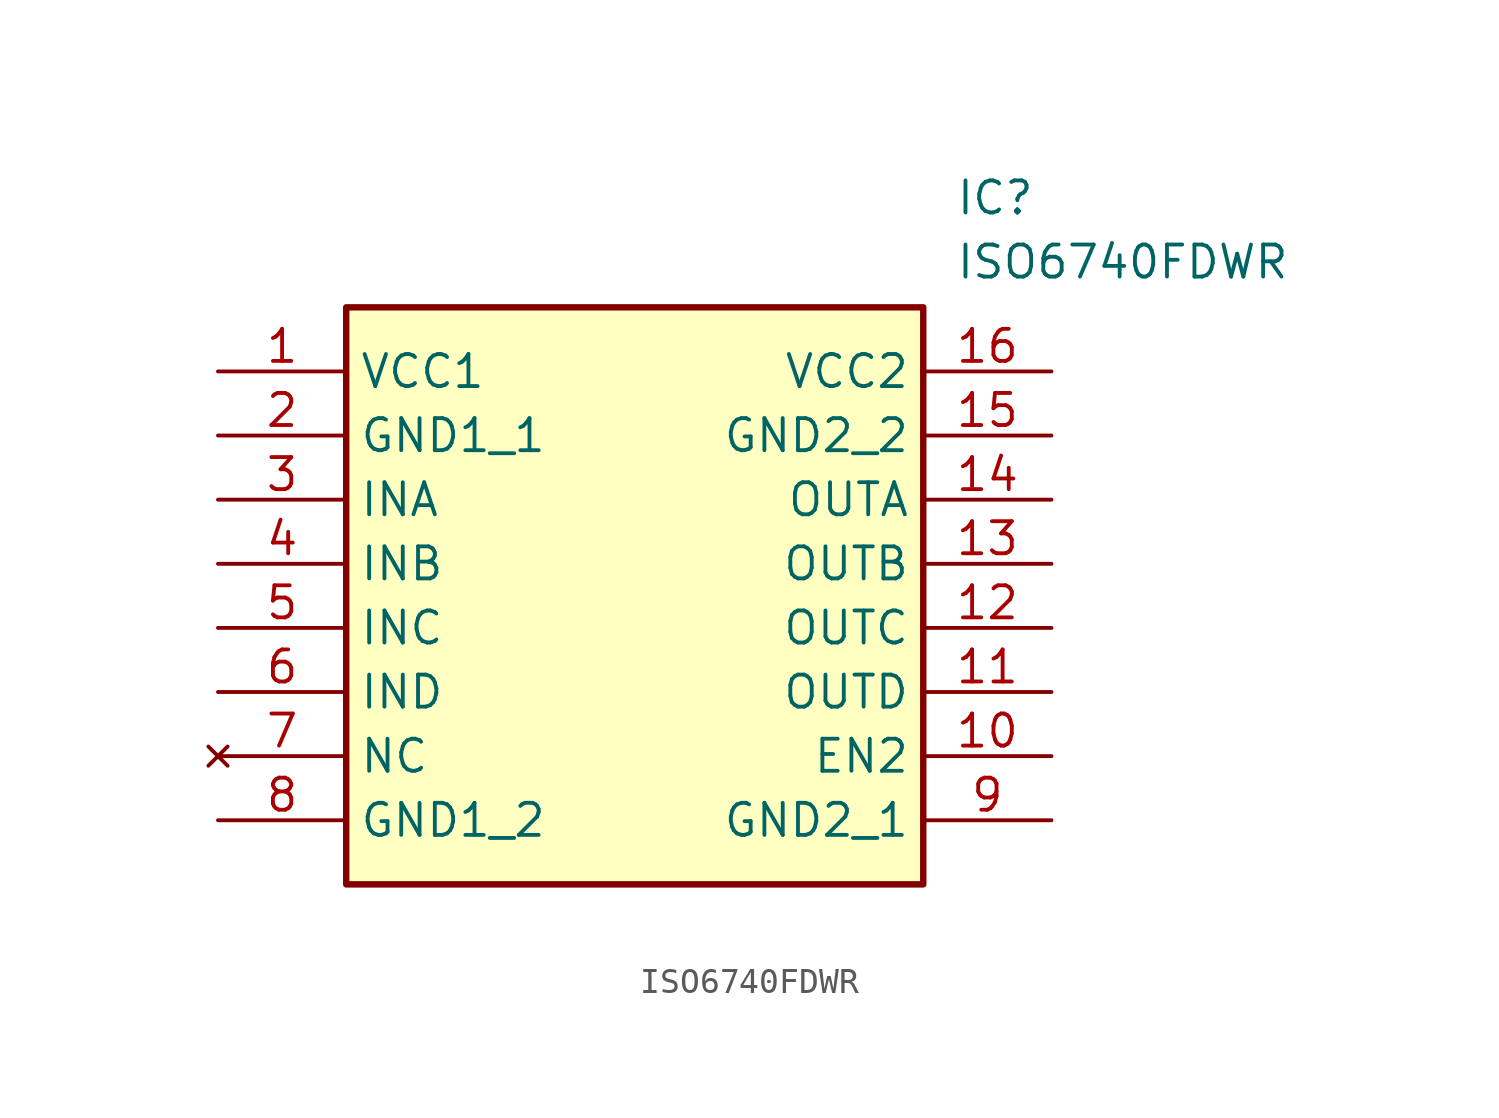
<source format=kicad_sym>
(kicad_symbol_lib
  (version 20211014)
  (generator SamacSys_ECAD_Model)
  (symbol "ISO6740FDWR"
    (property "Reference" "IC"
      (at 29.21 7.62 0)
      (effects (font (size 1.27 1.27)) (justify left top)))
    (property "Value" "ISO6740FDWR"
      (at 29.21 5.08 0)
      (effects (font (size 1.27 1.27)) (justify left top)))
    (rectangle
      (start 5.08 2.54)
      (end 27.94 -20.32)
      (stroke (width 0.254) (type default))
      (fill (type background)))
    (pin passive line
      (at 0 0 0)
      (length 5.08)
      (name "VCC1" (effects (font (size 1.27 1.27))))
      (number "1" (effects (font (size 1.27 1.27)))))
    (pin passive line
      (at 0 -2.54 0)
      (length 5.08)
      (name "GND1_1" (effects (font (size 1.27 1.27))))
      (number "2" (effects (font (size 1.27 1.27)))))
    (pin passive line
      (at 0 -5.08 0)
      (length 5.08)
      (name "INA" (effects (font (size 1.27 1.27))))
      (number "3" (effects (font (size 1.27 1.27)))))
    (pin passive line
      (at 0 -7.62 0)
      (length 5.08)
      (name "INB" (effects (font (size 1.27 1.27))))
      (number "4" (effects (font (size 1.27 1.27)))))
    (pin passive line
      (at 0 -10.16 0)
      (length 5.08)
      (name "INC" (effects (font (size 1.27 1.27))))
      (number "5" (effects (font (size 1.27 1.27)))))
    (pin passive line
      (at 0 -12.7 0)
      (length 5.08)
      (name "IND" (effects (font (size 1.27 1.27))))
      (number "6" (effects (font (size 1.27 1.27)))))
    (pin no_connect line
      (at 0 -15.24 0)
      (length 5.08)
      (name "NC" (effects (font (size 1.27 1.27))))
      (number "7" (effects (font (size 1.27 1.27)))))
    (pin passive line
      (at 0 -17.78 0)
      (length 5.08)
      (name "GND1_2" (effects (font (size 1.27 1.27))))
      (number "8" (effects (font (size 1.27 1.27)))))
    (pin passive line
      (at 33.02 0 180)
      (length 5.08)
      (name "VCC2" (effects (font (size 1.27 1.27))))
      (number "16" (effects (font (size 1.27 1.27)))))
    (pin passive line
      (at 33.02 -2.54 180)
      (length 5.08)
      (name "GND2_2" (effects (font (size 1.27 1.27))))
      (number "15" (effects (font (size 1.27 1.27)))))
    (pin passive line
      (at 33.02 -5.08 180)
      (length 5.08)
      (name "OUTA" (effects (font (size 1.27 1.27))))
      (number "14" (effects (font (size 1.27 1.27)))))
    (pin passive line
      (at 33.02 -7.62 180)
      (length 5.08)
      (name "OUTB" (effects (font (size 1.27 1.27))))
      (number "13" (effects (font (size 1.27 1.27)))))
    (pin passive line
      (at 33.02 -10.16 180)
      (length 5.08)
      (name "OUTC" (effects (font (size 1.27 1.27))))
      (number "12" (effects (font (size 1.27 1.27)))))
    (pin passive line
      (at 33.02 -12.7 180)
      (length 5.08)
      (name "OUTD" (effects (font (size 1.27 1.27))))
      (number "11" (effects (font (size 1.27 1.27)))))
    (pin passive line
      (at 33.02 -15.24 180)
      (length 5.08)
      (name "EN2" (effects (font (size 1.27 1.27))))
      (number "10" (effects (font (size 1.27 1.27)))))
    (pin passive line
      (at 33.02 -17.78 180)
      (length 5.08)
      (name "GND2_1" (effects (font (size 1.27 1.27))))
      (number "9" (effects (font (size 1.27 1.27)))))))
</source>
